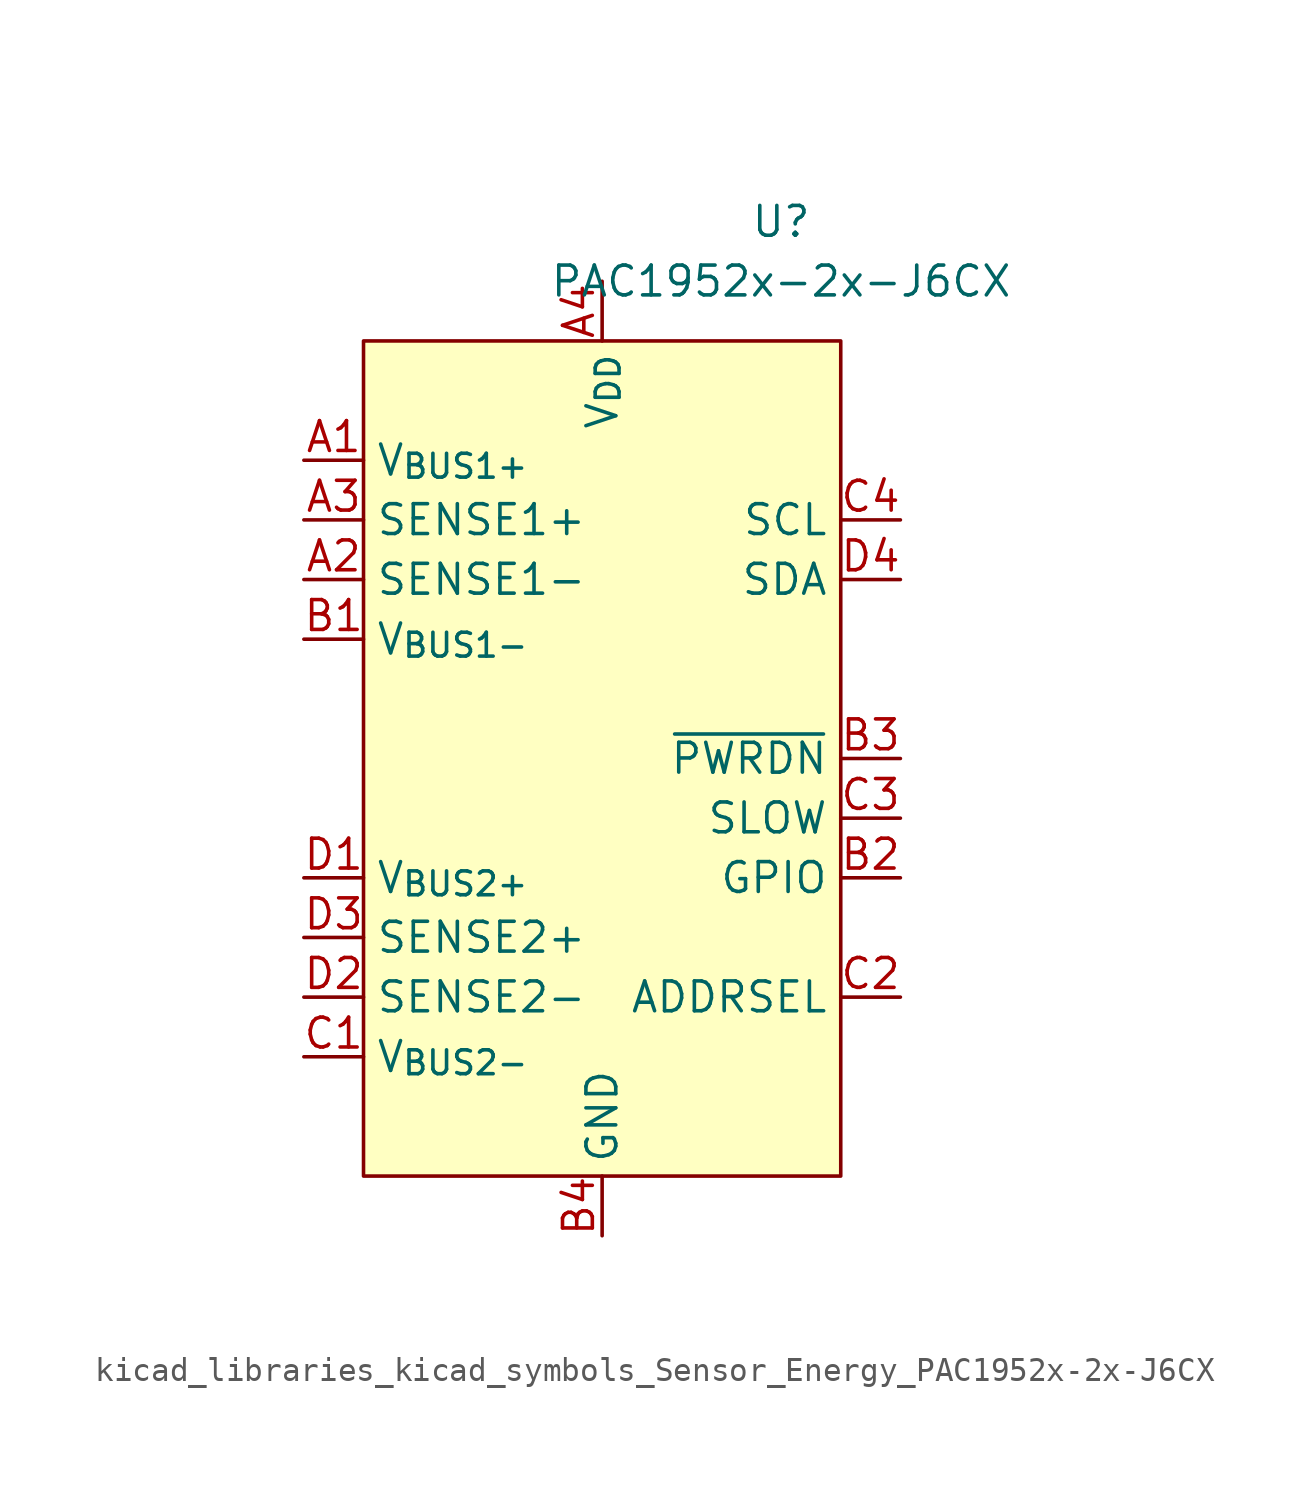
<source format=kicad_sym>
(kicad_symbol_lib
  (version 20220914)
  (generator kicad_symbol_editor)
  (symbol "kicad_libraries_kicad_symbols_Sensor_Energy_PAC1952x-2x-J6CX"
    (property "Reference" "U"
      (at 7.62 22.86 0)
      (effects (font (size 1.27 1.27))))
    (property "Value" "PAC1952x-2x-J6CX"
      (at 7.62 20.32 0)
      (effects (font (size 1.27 1.27))))
    (symbol "kicad_libraries_kicad_symbols_Sensor_Energy_PAC1952x-2x-J6CX_0_0"
      (pin input line (at -12.7 12.7 0) (length 2.54) (name "V_{BUS1+}" (effects (font (size 1.27 1.27)))) (number "A1" (effects (font (size 1.27 1.27)))))
      (pin input line (at -12.7 7.62 0) (length 2.54) (name "SENSE1-" (effects (font (size 1.27 1.27)))) (number "A2" (effects (font (size 1.27 1.27)))))
      (pin input line (at -12.7 10.16 0) (length 2.54) (name "SENSE1+" (effects (font (size 1.27 1.27)))) (number "A3" (effects (font (size 1.27 1.27)))))
      (pin power_in line (at 0 20.32 270) (length 2.54) (name "V_{DD}" (effects (font (size 1.27 1.27)))) (number "A4" (effects (font (size 1.27 1.27)))))
      (pin input line (at -12.7 5.08 0) (length 2.54) (name "V_{BUS1-}" (effects (font (size 1.27 1.27)))) (number "B1" (effects (font (size 1.27 1.27)))))
      (pin bidirectional line (at 12.7 -5.08 180) (length 2.54) (name "GPIO" (effects (font (size 1.27 1.27)))) (number "B2" (effects (font (size 1.27 1.27)))) (alternate "~{ALERT2}" open_collector line))
      (pin input line (at 12.7 0 180) (length 2.54) (name "~{PWRDN}" (effects (font (size 1.27 1.27)))) (number "B3" (effects (font (size 1.27 1.27)))))
      (pin power_in line (at 0 -20.32 90) (length 2.54) (name "GND" (effects (font (size 1.27 1.27)))) (number "B4" (effects (font (size 1.27 1.27)))))
      (pin input line (at -12.7 -12.7 0) (length 2.54) (name "V_{BUS2-}" (effects (font (size 1.27 1.27)))) (number "C1" (effects (font (size 1.27 1.27)))))
      (pin passive line (at 12.7 -10.16 180) (length 2.54) (name "ADDRSEL" (effects (font (size 1.27 1.27)))) (number "C2" (effects (font (size 1.27 1.27)))))
      (pin input line (at 12.7 -2.54 180) (length 2.54) (name "SLOW" (effects (font (size 1.27 1.27)))) (number "C3" (effects (font (size 1.27 1.27)))) (alternate "GPIO" bidirectional line) (alternate "~{ALERT1}" open_collector line))
      (pin input line (at 12.7 10.16 180) (length 2.54) (name "SCL" (effects (font (size 1.27 1.27)))) (number "C4" (effects (font (size 1.27 1.27)))) (alternate "SM_CLK" input line))
      (pin input line (at -12.7 -5.08 0) (length 2.54) (name "V_{BUS2+}" (effects (font (size 1.27 1.27)))) (number "D1" (effects (font (size 1.27 1.27)))))
      (pin input line (at -12.7 -10.16 0) (length 2.54) (name "SENSE2-" (effects (font (size 1.27 1.27)))) (number "D2" (effects (font (size 1.27 1.27)))))
      (pin input line (at -12.7 -7.62 0) (length 2.54) (name "SENSE2+" (effects (font (size 1.27 1.27)))) (number "D3" (effects (font (size 1.27 1.27)))))
      (pin bidirectional line (at 12.7 7.62 180) (length 2.54) (name "SDA" (effects (font (size 1.27 1.27)))) (number "D4" (effects (font (size 1.27 1.27)))) (alternate "SM_DATA" bidirectional line)))
    (symbol "kicad_libraries_kicad_symbols_Sensor_Energy_PAC1952x-2x-J6CX_0_1"
      (rectangle (start -10.16 17.78) (end 10.16 -17.78) (stroke (width 0) (type default)) (fill (type background))))))
</source>
